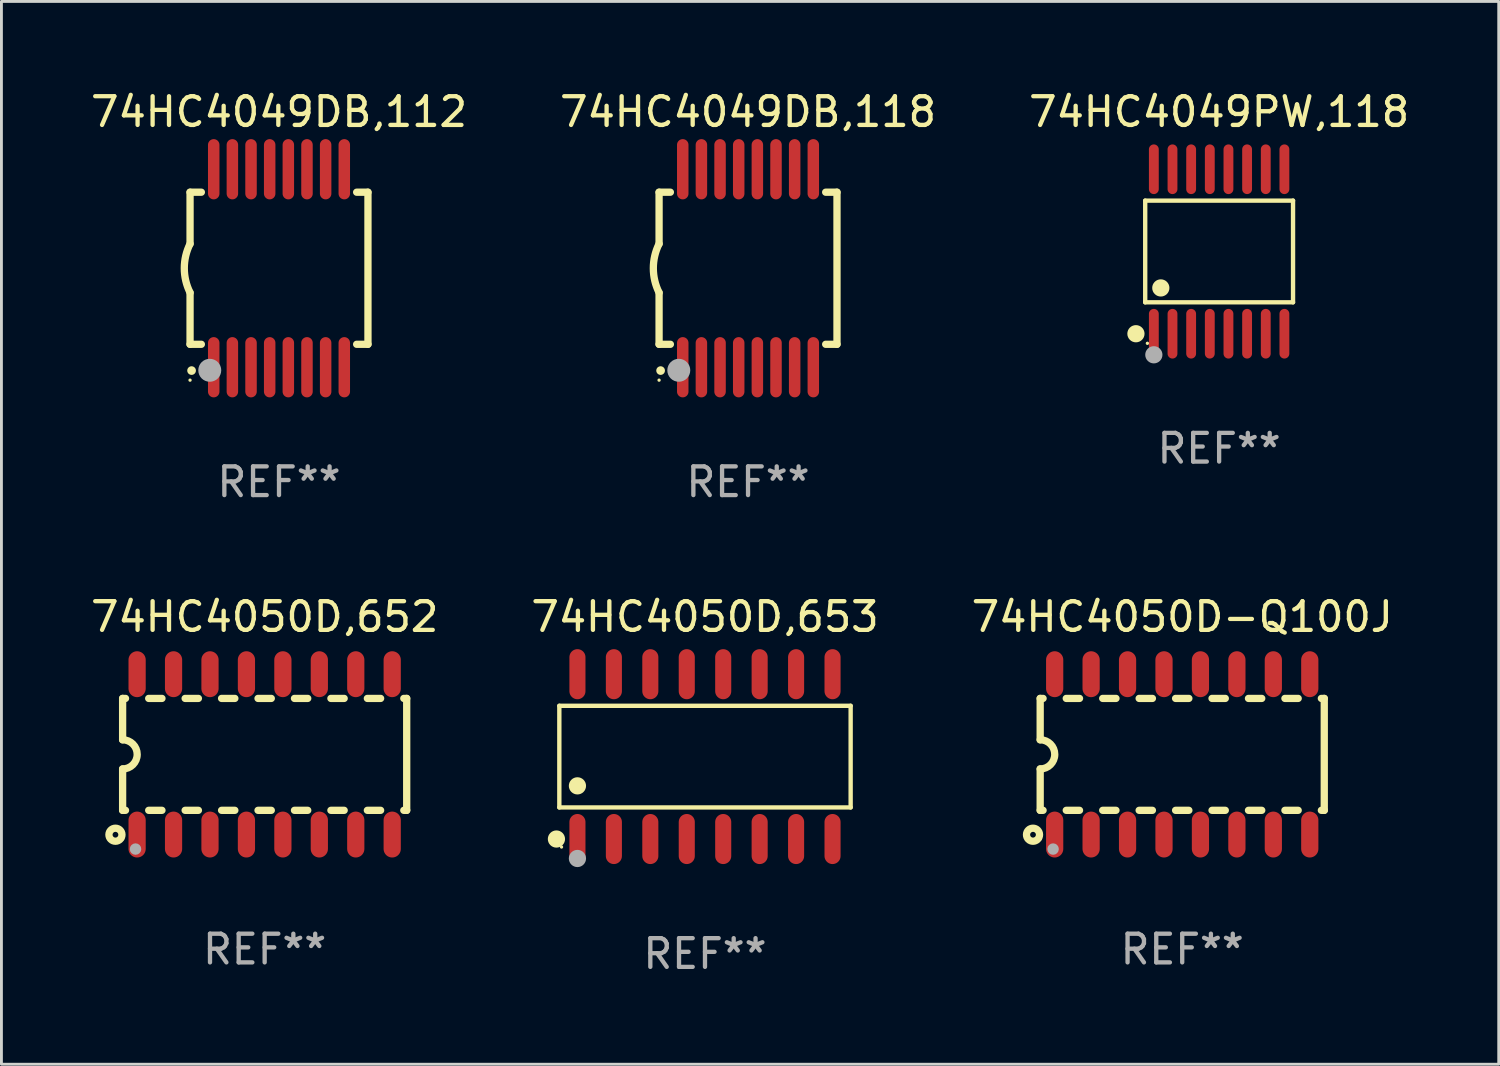
<source format=kicad_pcb>
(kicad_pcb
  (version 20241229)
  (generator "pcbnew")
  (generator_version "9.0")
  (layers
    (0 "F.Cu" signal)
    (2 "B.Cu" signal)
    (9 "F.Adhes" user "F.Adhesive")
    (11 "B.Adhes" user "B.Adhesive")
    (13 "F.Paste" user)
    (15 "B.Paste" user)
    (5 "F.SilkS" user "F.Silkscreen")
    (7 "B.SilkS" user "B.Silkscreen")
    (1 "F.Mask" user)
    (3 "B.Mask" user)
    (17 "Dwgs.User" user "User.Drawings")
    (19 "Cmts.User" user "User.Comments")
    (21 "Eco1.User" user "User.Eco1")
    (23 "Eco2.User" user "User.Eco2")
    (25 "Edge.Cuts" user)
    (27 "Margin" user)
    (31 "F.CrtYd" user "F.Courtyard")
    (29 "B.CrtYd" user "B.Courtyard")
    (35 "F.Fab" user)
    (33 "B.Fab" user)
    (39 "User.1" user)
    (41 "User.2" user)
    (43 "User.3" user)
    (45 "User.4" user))
  (footprint "74HC4049PW,118"
    (layer "F.Cu")
    (at 39.435 5.714)
    (property "Reference" "74HC4049PW,118" (at 0 -4.866 0) (layer "F.SilkS") (effects (font (size 1 1) (thickness 0.15))))
    (attr through_hole)
    (fp_line (start -2.576 -1.772) (end 2.576 -1.772) (stroke (width 0.152) (type solid)) (layer "F.SilkS"))
    (fp_line (start -2.576 1.771) (end -2.576 -1.772) (stroke (width 0.152) (type solid)) (layer "F.SilkS"))
    (fp_line (start 2.576 -1.772) (end 2.576 1.771) (stroke (width 0.152) (type solid)) (layer "F.SilkS"))
    (fp_line (start 2.576 1.771) (end -2.576 1.771) (stroke (width 0.152) (type solid)) (layer "F.SilkS"))
    (fp_circle (center -2.899 2.866) (end -2.749 2.866) (stroke (width 0.3) (type solid)) (fill no) (layer "F.SilkS"))
    (fp_circle (center -2.5 3.2) (end -2.47 3.2) (stroke (width 0.06) (type solid)) (fill no) (layer "F.SilkS"))
    (fp_circle (center -2.032 1.27) (end -1.882 1.27) (stroke (width 0.3) (type solid)) (fill no) (layer "F.SilkS"))
    (fp_circle (center -2.275 3.6) (end -2.125 3.6) (stroke (width 0.3) (type solid)) (fill no) (layer "F.Fab"))
    (fp_text user "REF**" (at 0 6.866 0) (layer "F.Fab") (effects (font (size 1 1) (thickness 0.15))))
    (pad "1" smd oval (at -2.275 2.866) (size 0.343 1.731) (layers "F.Cu" "F.Mask" "F.Paste"))
    (pad "2" smd oval (at -1.625 2.866) (size 0.343 1.731) (layers "F.Cu" "F.Mask" "F.Paste"))
    (pad "3" smd oval (at -0.975 2.866) (size 0.343 1.731) (layers "F.Cu" "F.Mask" "F.Paste"))
    (pad "4" smd oval (at -0.325 2.866) (size 0.343 1.731) (layers "F.Cu" "F.Mask" "F.Paste"))
    (pad "5" smd oval (at 0.325 2.866) (size 0.343 1.731) (layers "F.Cu" "F.Mask" "F.Paste"))
    (pad "6" smd oval (at 0.975 2.866) (size 0.343 1.731) (layers "F.Cu" "F.Mask" "F.Paste"))
    (pad "7" smd oval (at 1.625 2.866) (size 0.343 1.731) (layers "F.Cu" "F.Mask" "F.Paste"))
    (pad "8" smd oval (at 2.275 2.866) (size 0.343 1.731) (layers "F.Cu" "F.Mask" "F.Paste"))
    (pad "9" smd oval (at 2.275 -2.866) (size 0.343 1.731) (layers "F.Cu" "F.Mask" "F.Paste"))
    (pad "10" smd oval (at 1.625 -2.866) (size 0.343 1.731) (layers "F.Cu" "F.Mask" "F.Paste"))
    (pad "11" smd oval (at 0.975 -2.866) (size 0.343 1.731) (layers "F.Cu" "F.Mask" "F.Paste"))
    (pad "12" smd oval (at 0.325 -2.866) (size 0.343 1.731) (layers "F.Cu" "F.Mask" "F.Paste"))
    (pad "13" smd oval (at -0.325 -2.866) (size 0.343 1.731) (layers "F.Cu" "F.Mask" "F.Paste"))
    (pad "14" smd oval (at -0.975 -2.866) (size 0.343 1.731) (layers "F.Cu" "F.Mask" "F.Paste"))
    (pad "15" smd oval (at -1.625 -2.866) (size 0.343 1.731) (layers "F.Cu" "F.Mask" "F.Paste"))
    (pad "16" smd oval (at -2.275 -2.866) (size 0.343 1.731) (layers "F.Cu" "F.Mask" "F.Paste")))
  (footprint "74HC4050D,652"
    (layer "F.Cu")
    (at 6.173 23.239)
    (property "Reference" "74HC4050D,652" (at 0 -4.794 0) (layer "F.SilkS") (effects (font (size 1 1) (thickness 0.15))))
    (attr through_hole)
    (fp_line (start -4.95 -1.95) (end -4.95 -0.508) (stroke (width 0.254) (type solid)) (layer "F.SilkS"))
    (fp_line (start -4.95 -1.95) (end -4.849 -1.95) (stroke (width 0.254) (type solid)) (layer "F.SilkS"))
    (fp_line (start -4.95 1.95) (end -4.95 0.508) (stroke (width 0.254) (type solid)) (layer "F.SilkS"))
    (fp_line (start -4.95 1.95) (end -4.849 1.95) (stroke (width 0.254) (type solid)) (layer "F.SilkS"))
    (fp_line (start -4.041 -1.95) (end -3.579 -1.95) (stroke (width 0.254) (type solid)) (layer "F.SilkS"))
    (fp_line (start -4.041 1.95) (end -3.579 1.95) (stroke (width 0.254) (type solid)) (layer "F.SilkS"))
    (fp_line (start -2.771 -1.95) (end -2.309 -1.95) (stroke (width 0.254) (type solid)) (layer "F.SilkS"))
    (fp_line (start -2.771 1.95) (end -2.309 1.95) (stroke (width 0.254) (type solid)) (layer "F.SilkS"))
    (fp_line (start -1.501 -1.95) (end -1.039 -1.95) (stroke (width 0.254) (type solid)) (layer "F.SilkS"))
    (fp_line (start -1.501 1.95) (end -1.039 1.95) (stroke (width 0.254) (type solid)) (layer "F.SilkS"))
    (fp_line (start -0.231 -1.95) (end 0.231 -1.95) (stroke (width 0.254) (type solid)) (layer "F.SilkS"))
    (fp_line (start -0.231 1.95) (end 0.231 1.95) (stroke (width 0.254) (type solid)) (layer "F.SilkS"))
    (fp_line (start 1.039 -1.95) (end 1.501 -1.95) (stroke (width 0.254) (type solid)) (layer "F.SilkS"))
    (fp_line (start 1.039 1.95) (end 1.501 1.95) (stroke (width 0.254) (type solid)) (layer "F.SilkS"))
    (fp_line (start 2.309 -1.95) (end 2.771 -1.95) (stroke (width 0.254) (type solid)) (layer "F.SilkS"))
    (fp_line (start 2.309 1.95) (end 2.771 1.95) (stroke (width 0.254) (type solid)) (layer "F.SilkS"))
    (fp_line (start 3.579 -1.95) (end 4.041 -1.95) (stroke (width 0.254) (type solid)) (layer "F.SilkS"))
    (fp_line (start 3.579 1.95) (end 4.041 1.95) (stroke (width 0.254) (type solid)) (layer "F.SilkS"))
    (fp_line (start 4.849 -1.95) (end 4.95 -1.95) (stroke (width 0.254) (type solid)) (layer "F.SilkS"))
    (fp_line (start 4.849 1.95) (end 4.95 1.95) (stroke (width 0.254) (type solid)) (layer "F.SilkS"))
    (fp_line (start 4.95 -1.95) (end 4.95 1.95) (stroke (width 0.254) (type solid)) (layer "F.SilkS"))
    (fp_arc (start -4.95047 -0.508001) (mid -4.442469 -0.000228) (end -4.950013 0.508001) (stroke (width 0.254001) (type solid)) (layer "F.SilkS"))
    (fp_circle (center -5.2 2.8) (end -5.1 2.8) (stroke (width 0.254) (type solid)) (fill no) (layer "F.SilkS"))
    (fp_circle (center -4.95 2.947) (end -4.92 2.947) (stroke (width 0.06) (type solid)) (fill no) (layer "F.SilkS"))
    (fp_circle (center -4.5 3.3) (end -4.4 3.3) (stroke (width 0.2) (type solid)) (fill no) (layer "F.Fab"))
    (fp_text user "REF**" (at 0 6.794 0) (layer "F.Fab") (effects (font (size 1 1) (thickness 0.15))))
    (pad "1" smd oval (at -4.445 2.794) (size 0.6 1.6) (layers "F.Cu" "F.Mask" "F.Paste"))
    (pad "2" smd oval (at -3.175 2.794) (size 0.6 1.6) (layers "F.Cu" "F.Mask" "F.Paste"))
    (pad "3" smd oval (at -1.905 2.794) (size 0.6 1.6) (layers "F.Cu" "F.Mask" "F.Paste"))
    (pad "4" smd oval (at -0.635 2.794) (size 0.6 1.6) (layers "F.Cu" "F.Mask" "F.Paste"))
    (pad "5" smd oval (at 0.635 2.794) (size 0.6 1.6) (layers "F.Cu" "F.Mask" "F.Paste"))
    (pad "6" smd oval (at 1.905 2.794) (size 0.6 1.6) (layers "F.Cu" "F.Mask" "F.Paste"))
    (pad "7" smd oval (at 3.175 2.794) (size 0.6 1.6) (layers "F.Cu" "F.Mask" "F.Paste"))
    (pad "8" smd oval (at 4.445 2.794) (size 0.6 1.6) (layers "F.Cu" "F.Mask" "F.Paste"))
    (pad "9" smd oval (at 4.445 -2.794) (size 0.6 1.6) (layers "F.Cu" "F.Mask" "F.Paste"))
    (pad "10" smd oval (at 3.175 -2.794) (size 0.6 1.6) (layers "F.Cu" "F.Mask" "F.Paste"))
    (pad "11" smd oval (at 1.905 -2.794) (size 0.6 1.6) (layers "F.Cu" "F.Mask" "F.Paste"))
    (pad "12" smd oval (at 0.635 -2.794) (size 0.6 1.6) (layers "F.Cu" "F.Mask" "F.Paste"))
    (pad "13" smd oval (at -0.635 -2.794) (size 0.6 1.6) (layers "F.Cu" "F.Mask" "F.Paste"))
    (pad "14" smd oval (at -1.905 -2.794) (size 0.6 1.6) (layers "F.Cu" "F.Mask" "F.Paste"))
    (pad "15" smd oval (at -3.175 -2.794) (size 0.6 1.6) (layers "F.Cu" "F.Mask" "F.Paste"))
    (pad "16" smd oval (at -4.445 -2.794) (size 0.6 1.6) (layers "F.Cu" "F.Mask" "F.Paste")))
  (footprint "74HC4049DB,118"
    (layer "F.Cu")
    (at 23.018 6.298)
    (property "Reference" "74HC4049DB,118" (at 0 -5.45 0) (layer "F.SilkS") (effects (font (size 1 1) (thickness 0.15))))
    (attr through_hole)
    (fp_line (start -3.1 -2.65) (end -3.1 -0.85) (stroke (width 0.254) (type solid)) (layer "F.SilkS"))
    (fp_line (start -3.1 -2.65) (end -2.706 -2.65) (stroke (width 0.254) (type solid)) (layer "F.SilkS"))
    (fp_line (start -3.1 2.65) (end -3.1 0.85) (stroke (width 0.254) (type solid)) (layer "F.SilkS"))
    (fp_line (start -3.1 2.65) (end -2.706 2.65) (stroke (width 0.254) (type solid)) (layer "F.SilkS"))
    (fp_line (start 2.706 -2.65) (end 3.1 -2.65) (stroke (width 0.254) (type solid)) (layer "F.SilkS"))
    (fp_line (start 2.706 2.65) (end 3.1 2.65) (stroke (width 0.254) (type solid)) (layer "F.SilkS"))
    (fp_line (start 3.1 -2.65) (end 3.1 2.65) (stroke (width 0.254) (type solid)) (layer "F.SilkS"))
    (fp_arc (start -3.098907 0.850902) (mid -3.300057 0.000523) (end -3.1 -0.850114) (stroke (width 0.254001) (type solid)) (layer "F.SilkS"))
    (fp_arc (start -3.048006 3.566066) (mid -3.046736 3.566061) (end -3.045466 3.566066) (stroke (width 0.3) (type solid)) (layer "F.SilkS"))
    (fp_circle (center -3.1 3.9) (end -3.07 3.9) (stroke (width 0.06) (type solid)) (fill no) (layer "F.SilkS"))
    (fp_circle (center -2.413 3.556) (end -2.213 3.556) (stroke (width 0.4) (type solid)) (fill no) (layer "F.Fab"))
    (fp_text user "REF**" (at 0 7.45 0) (layer "F.Fab") (effects (font (size 1 1) (thickness 0.15))))
    (pad "1" smd oval (at -2.275 3.45 180) (size 0.4 2.1) (layers "F.Cu" "F.Mask" "F.Paste"))
    (pad "2" smd oval (at -1.625 3.45 180) (size 0.4 2.1) (layers "F.Cu" "F.Mask" "F.Paste"))
    (pad "3" smd oval (at -0.975 3.45 180) (size 0.4 2.1) (layers "F.Cu" "F.Mask" "F.Paste"))
    (pad "4" smd oval (at -0.325 3.45 180) (size 0.4 2.1) (layers "F.Cu" "F.Mask" "F.Paste"))
    (pad "5" smd oval (at 0.325 3.45 180) (size 0.4 2.1) (layers "F.Cu" "F.Mask" "F.Paste"))
    (pad "6" smd oval (at 0.975 3.45 180) (size 0.4 2.1) (layers "F.Cu" "F.Mask" "F.Paste"))
    (pad "7" smd oval (at 1.625 3.45 180) (size 0.4 2.1) (layers "F.Cu" "F.Mask" "F.Paste"))
    (pad "8" smd oval (at 2.275 3.45 180) (size 0.4 2.1) (layers "F.Cu" "F.Mask" "F.Paste"))
    (pad "9" smd oval (at 2.275 -3.45 180) (size 0.4 2.1) (layers "F.Cu" "F.Mask" "F.Paste"))
    (pad "10" smd oval (at 1.625 -3.45 180) (size 0.4 2.1) (layers "F.Cu" "F.Mask" "F.Paste"))
    (pad "11" smd oval (at 0.975 -3.45 180) (size 0.4 2.1) (layers "F.Cu" "F.Mask" "F.Paste"))
    (pad "12" smd oval (at 0.325 -3.45 180) (size 0.4 2.1) (layers "F.Cu" "F.Mask" "F.Paste"))
    (pad "13" smd oval (at -0.325 -3.45 180) (size 0.4 2.1) (layers "F.Cu" "F.Mask" "F.Paste"))
    (pad "14" smd oval (at -0.975 -3.45 180) (size 0.4 2.1) (layers "F.Cu" "F.Mask" "F.Paste"))
    (pad "15" smd oval (at -1.625 -3.45 180) (size 0.4 2.1) (layers "F.Cu" "F.Mask" "F.Paste"))
    (pad "16" smd oval (at -2.275 -3.45 180) (size 0.4 2.1) (layers "F.Cu" "F.Mask" "F.Paste")))
  (footprint "74HC4050D-Q100J"
    (layer "F.Cu")
    (at 38.149 23.239)
    (property "Reference" "74HC4050D-Q100J" (at 0 -4.794 0) (layer "F.SilkS") (effects (font (size 1 1) (thickness 0.15))))
    (attr through_hole)
    (fp_line (start -4.95 -1.95) (end -4.95 -0.508) (stroke (width 0.254) (type solid)) (layer "F.SilkS"))
    (fp_line (start -4.95 -1.95) (end -4.849 -1.95) (stroke (width 0.254) (type solid)) (layer "F.SilkS"))
    (fp_line (start -4.95 1.95) (end -4.95 0.508) (stroke (width 0.254) (type solid)) (layer "F.SilkS"))
    (fp_line (start -4.95 1.95) (end -4.849 1.95) (stroke (width 0.254) (type solid)) (layer "F.SilkS"))
    (fp_line (start -4.041 -1.95) (end -3.579 -1.95) (stroke (width 0.254) (type solid)) (layer "F.SilkS"))
    (fp_line (start -4.041 1.95) (end -3.579 1.95) (stroke (width 0.254) (type solid)) (layer "F.SilkS"))
    (fp_line (start -2.771 -1.95) (end -2.309 -1.95) (stroke (width 0.254) (type solid)) (layer "F.SilkS"))
    (fp_line (start -2.771 1.95) (end -2.309 1.95) (stroke (width 0.254) (type solid)) (layer "F.SilkS"))
    (fp_line (start -1.501 -1.95) (end -1.039 -1.95) (stroke (width 0.254) (type solid)) (layer "F.SilkS"))
    (fp_line (start -1.501 1.95) (end -1.039 1.95) (stroke (width 0.254) (type solid)) (layer "F.SilkS"))
    (fp_line (start -0.231 -1.95) (end 0.231 -1.95) (stroke (width 0.254) (type solid)) (layer "F.SilkS"))
    (fp_line (start -0.231 1.95) (end 0.231 1.95) (stroke (width 0.254) (type solid)) (layer "F.SilkS"))
    (fp_line (start 1.039 -1.95) (end 1.501 -1.95) (stroke (width 0.254) (type solid)) (layer "F.SilkS"))
    (fp_line (start 1.039 1.95) (end 1.501 1.95) (stroke (width 0.254) (type solid)) (layer "F.SilkS"))
    (fp_line (start 2.309 -1.95) (end 2.771 -1.95) (stroke (width 0.254) (type solid)) (layer "F.SilkS"))
    (fp_line (start 2.309 1.95) (end 2.771 1.95) (stroke (width 0.254) (type solid)) (layer "F.SilkS"))
    (fp_line (start 3.579 -1.95) (end 4.041 -1.95) (stroke (width 0.254) (type solid)) (layer "F.SilkS"))
    (fp_line (start 3.579 1.95) (end 4.041 1.95) (stroke (width 0.254) (type solid)) (layer "F.SilkS"))
    (fp_line (start 4.849 -1.95) (end 4.95 -1.95) (stroke (width 0.254) (type solid)) (layer "F.SilkS"))
    (fp_line (start 4.849 1.95) (end 4.95 1.95) (stroke (width 0.254) (type solid)) (layer "F.SilkS"))
    (fp_line (start 4.95 -1.95) (end 4.95 1.95) (stroke (width 0.254) (type solid)) (layer "F.SilkS"))
    (fp_arc (start -4.95047 -0.508001) (mid -4.442469 -0.000228) (end -4.950013 0.508001) (stroke (width 0.254001) (type solid)) (layer "F.SilkS"))
    (fp_circle (center -5.2 2.8) (end -5.1 2.8) (stroke (width 0.254) (type solid)) (fill no) (layer "F.SilkS"))
    (fp_circle (center -4.95 2.947) (end -4.92 2.947) (stroke (width 0.06) (type solid)) (fill no) (layer "F.SilkS"))
    (fp_circle (center -4.5 3.3) (end -4.4 3.3) (stroke (width 0.2) (type solid)) (fill no) (layer "F.Fab"))
    (fp_text user "REF**" (at 0 6.794 0) (layer "F.Fab") (effects (font (size 1 1) (thickness 0.15))))
    (pad "1" smd oval (at -4.445 2.794) (size 0.6 1.6) (layers "F.Cu" "F.Mask" "F.Paste"))
    (pad "2" smd oval (at -3.175 2.794) (size 0.6 1.6) (layers "F.Cu" "F.Mask" "F.Paste"))
    (pad "3" smd oval (at -1.905 2.794) (size 0.6 1.6) (layers "F.Cu" "F.Mask" "F.Paste"))
    (pad "4" smd oval (at -0.635 2.794) (size 0.6 1.6) (layers "F.Cu" "F.Mask" "F.Paste"))
    (pad "5" smd oval (at 0.635 2.794) (size 0.6 1.6) (layers "F.Cu" "F.Mask" "F.Paste"))
    (pad "6" smd oval (at 1.905 2.794) (size 0.6 1.6) (layers "F.Cu" "F.Mask" "F.Paste"))
    (pad "7" smd oval (at 3.175 2.794) (size 0.6 1.6) (layers "F.Cu" "F.Mask" "F.Paste"))
    (pad "8" smd oval (at 4.445 2.794) (size 0.6 1.6) (layers "F.Cu" "F.Mask" "F.Paste"))
    (pad "9" smd oval (at 4.445 -2.794) (size 0.6 1.6) (layers "F.Cu" "F.Mask" "F.Paste"))
    (pad "10" smd oval (at 3.175 -2.794) (size 0.6 1.6) (layers "F.Cu" "F.Mask" "F.Paste"))
    (pad "11" smd oval (at 1.905 -2.794) (size 0.6 1.6) (layers "F.Cu" "F.Mask" "F.Paste"))
    (pad "12" smd oval (at 0.635 -2.794) (size 0.6 1.6) (layers "F.Cu" "F.Mask" "F.Paste"))
    (pad "13" smd oval (at -0.635 -2.794) (size 0.6 1.6) (layers "F.Cu" "F.Mask" "F.Paste"))
    (pad "14" smd oval (at -1.905 -2.794) (size 0.6 1.6) (layers "F.Cu" "F.Mask" "F.Paste"))
    (pad "15" smd oval (at -3.175 -2.794) (size 0.6 1.6) (layers "F.Cu" "F.Mask" "F.Paste"))
    (pad "16" smd oval (at -4.445 -2.794) (size 0.6 1.6) (layers "F.Cu" "F.Mask" "F.Paste")))
  (footprint "74HC4049DB,112"
    (layer "F.Cu")
    (at 6.673 6.298)
    (property "Reference" "74HC4049DB,112" (at 0 -5.45 0) (layer "F.SilkS") (effects (font (size 1 1) (thickness 0.15))))
    (attr through_hole)
    (fp_line (start -3.1 -2.65) (end -3.1 -0.85) (stroke (width 0.254) (type solid)) (layer "F.SilkS"))
    (fp_line (start -3.1 -2.65) (end -2.706 -2.65) (stroke (width 0.254) (type solid)) (layer "F.SilkS"))
    (fp_line (start -3.1 2.65) (end -3.1 0.85) (stroke (width 0.254) (type solid)) (layer "F.SilkS"))
    (fp_line (start -3.1 2.65) (end -2.706 2.65) (stroke (width 0.254) (type solid)) (layer "F.SilkS"))
    (fp_line (start 2.706 -2.65) (end 3.1 -2.65) (stroke (width 0.254) (type solid)) (layer "F.SilkS"))
    (fp_line (start 2.706 2.65) (end 3.1 2.65) (stroke (width 0.254) (type solid)) (layer "F.SilkS"))
    (fp_line (start 3.1 -2.65) (end 3.1 2.65) (stroke (width 0.254) (type solid)) (layer "F.SilkS"))
    (fp_arc (start -3.098907 0.850902) (mid -3.300057 0.000523) (end -3.1 -0.850114) (stroke (width 0.254001) (type solid)) (layer "F.SilkS"))
    (fp_arc (start -3.048006 3.566066) (mid -3.046736 3.566061) (end -3.045466 3.566066) (stroke (width 0.3) (type solid)) (layer "F.SilkS"))
    (fp_circle (center -3.1 3.9) (end -3.07 3.9) (stroke (width 0.06) (type solid)) (fill no) (layer "F.SilkS"))
    (fp_circle (center -2.413 3.556) (end -2.213 3.556) (stroke (width 0.4) (type solid)) (fill no) (layer "F.Fab"))
    (fp_text user "REF**" (at 0 7.45 0) (layer "F.Fab") (effects (font (size 1 1) (thickness 0.15))))
    (pad "1" smd oval (at -2.275 3.45 180) (size 0.4 2.1) (layers "F.Cu" "F.Mask" "F.Paste"))
    (pad "2" smd oval (at -1.625 3.45 180) (size 0.4 2.1) (layers "F.Cu" "F.Mask" "F.Paste"))
    (pad "3" smd oval (at -0.975 3.45 180) (size 0.4 2.1) (layers "F.Cu" "F.Mask" "F.Paste"))
    (pad "4" smd oval (at -0.325 3.45 180) (size 0.4 2.1) (layers "F.Cu" "F.Mask" "F.Paste"))
    (pad "5" smd oval (at 0.325 3.45 180) (size 0.4 2.1) (layers "F.Cu" "F.Mask" "F.Paste"))
    (pad "6" smd oval (at 0.975 3.45 180) (size 0.4 2.1) (layers "F.Cu" "F.Mask" "F.Paste"))
    (pad "7" smd oval (at 1.625 3.45 180) (size 0.4 2.1) (layers "F.Cu" "F.Mask" "F.Paste"))
    (pad "8" smd oval (at 2.275 3.45 180) (size 0.4 2.1) (layers "F.Cu" "F.Mask" "F.Paste"))
    (pad "9" smd oval (at 2.275 -3.45 180) (size 0.4 2.1) (layers "F.Cu" "F.Mask" "F.Paste"))
    (pad "10" smd oval (at 1.625 -3.45 180) (size 0.4 2.1) (layers "F.Cu" "F.Mask" "F.Paste"))
    (pad "11" smd oval (at 0.975 -3.45 180) (size 0.4 2.1) (layers "F.Cu" "F.Mask" "F.Paste"))
    (pad "12" smd oval (at 0.325 -3.45 180) (size 0.4 2.1) (layers "F.Cu" "F.Mask" "F.Paste"))
    (pad "13" smd oval (at -0.325 -3.45 180) (size 0.4 2.1) (layers "F.Cu" "F.Mask" "F.Paste"))
    (pad "14" smd oval (at -0.975 -3.45 180) (size 0.4 2.1) (layers "F.Cu" "F.Mask" "F.Paste"))
    (pad "15" smd oval (at -1.625 -3.45 180) (size 0.4 2.1) (layers "F.Cu" "F.Mask" "F.Paste"))
    (pad "16" smd oval (at -2.275 -3.45 180) (size 0.4 2.1) (layers "F.Cu" "F.Mask" "F.Paste")))
  (footprint "74HC4050D,653"
    (layer "F.Cu")
    (at 21.518 23.317)
    (property "Reference" "74HC4050D,653" (at 0 -4.872 0) (layer "F.SilkS") (effects (font (size 1 1) (thickness 0.15))))
    (attr through_hole)
    (fp_line (start -5.076 -1.771) (end 5.076 -1.771) (stroke (width 0.152) (type solid)) (layer "F.SilkS"))
    (fp_line (start -5.076 1.771) (end -5.076 -1.771) (stroke (width 0.152) (type solid)) (layer "F.SilkS"))
    (fp_line (start 5.076 -1.771) (end 5.076 1.771) (stroke (width 0.152) (type solid)) (layer "F.SilkS"))
    (fp_line (start 5.076 1.771) (end -5.076 1.771) (stroke (width 0.152) (type solid)) (layer "F.SilkS"))
    (fp_circle (center -5.177 2.872) (end -5.027 2.872) (stroke (width 0.3) (type solid)) (fill no) (layer "F.SilkS"))
    (fp_circle (center -5 3.15) (end -4.97 3.15) (stroke (width 0.06) (type solid)) (fill no) (layer "F.SilkS"))
    (fp_circle (center -4.445 1.019) (end -4.295 1.019) (stroke (width 0.3) (type solid)) (fill no) (layer "F.SilkS"))
    (fp_circle (center -4.445 3.55) (end -4.295 3.55) (stroke (width 0.3) (type solid)) (fill no) (layer "F.Fab"))
    (fp_text user "REF**" (at 0 6.872 0) (layer "F.Fab") (effects (font (size 1 1) (thickness 0.15))))
    (pad "1" smd oval (at -4.445 2.872) (size 0.56 1.745) (layers "F.Cu" "F.Mask" "F.Paste"))
    (pad "2" smd oval (at -3.175 2.872) (size 0.56 1.745) (layers "F.Cu" "F.Mask" "F.Paste"))
    (pad "3" smd oval (at -1.905 2.872) (size 0.56 1.745) (layers "F.Cu" "F.Mask" "F.Paste"))
    (pad "4" smd oval (at -0.635 2.872) (size 0.56 1.745) (layers "F.Cu" "F.Mask" "F.Paste"))
    (pad "5" smd oval (at 0.635 2.872) (size 0.56 1.745) (layers "F.Cu" "F.Mask" "F.Paste"))
    (pad "6" smd oval (at 1.905 2.872) (size 0.56 1.745) (layers "F.Cu" "F.Mask" "F.Paste"))
    (pad "7" smd oval (at 3.175 2.872) (size 0.56 1.745) (layers "F.Cu" "F.Mask" "F.Paste"))
    (pad "8" smd oval (at 4.445 2.872) (size 0.56 1.745) (layers "F.Cu" "F.Mask" "F.Paste"))
    (pad "9" smd oval (at 4.445 -2.872) (size 0.56 1.745) (layers "F.Cu" "F.Mask" "F.Paste"))
    (pad "10" smd oval (at 3.175 -2.872) (size 0.56 1.745) (layers "F.Cu" "F.Mask" "F.Paste"))
    (pad "11" smd oval (at 1.905 -2.872) (size 0.56 1.745) (layers "F.Cu" "F.Mask" "F.Paste"))
    (pad "12" smd oval (at 0.635 -2.872) (size 0.56 1.745) (layers "F.Cu" "F.Mask" "F.Paste"))
    (pad "13" smd oval (at -0.635 -2.872) (size 0.56 1.745) (layers "F.Cu" "F.Mask" "F.Paste"))
    (pad "14" smd oval (at -1.905 -2.872) (size 0.56 1.745) (layers "F.Cu" "F.Mask" "F.Paste"))
    (pad "15" smd oval (at -3.175 -2.872) (size 0.56 1.745) (layers "F.Cu" "F.Mask" "F.Paste"))
    (pad "16" smd oval (at -4.445 -2.872) (size 0.56 1.745) (layers "F.Cu" "F.Mask" "F.Paste")))
  (gr_rect
    (start -3 -3)
    (end 49.179 34.038)
    (stroke (width 0.1) (type default))
    (fill no)
    (layer "Edge.Cuts")))
</source>
